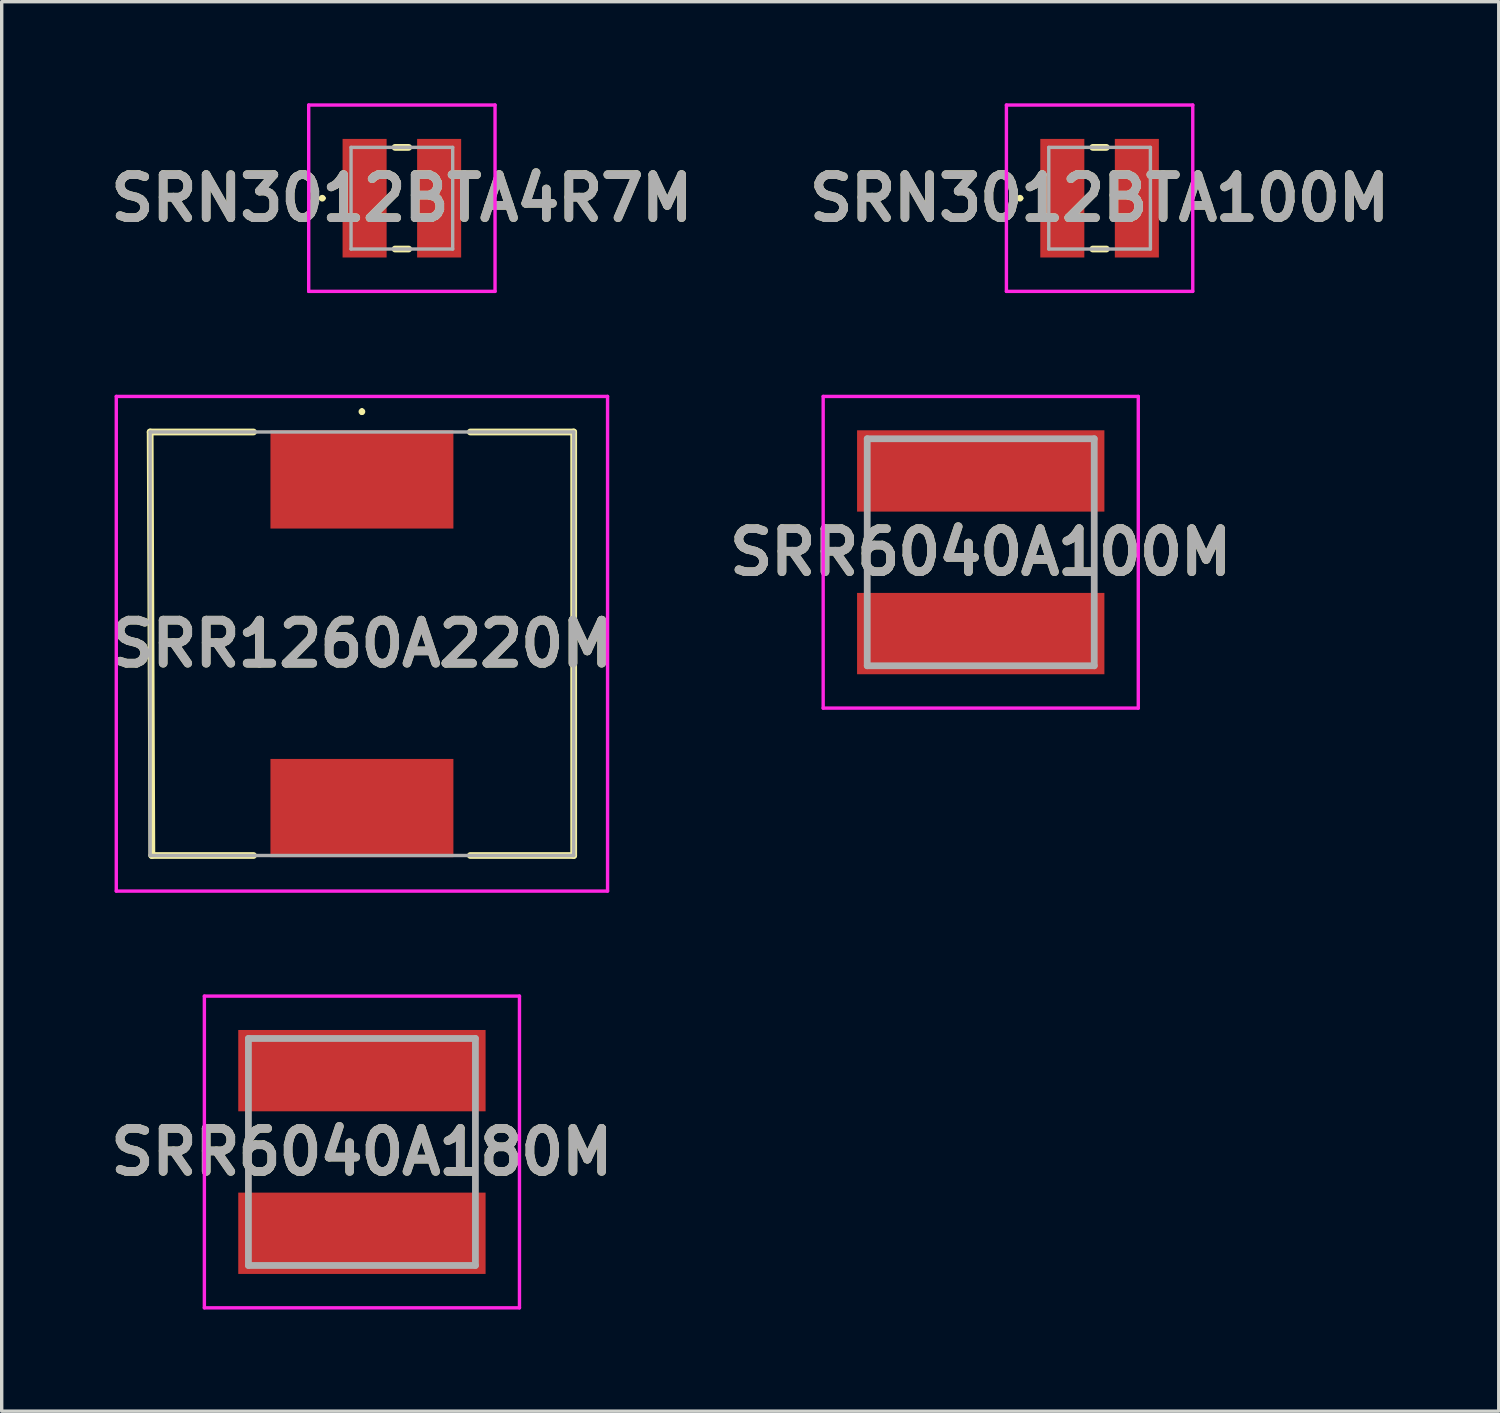
<source format=kicad_pcb>
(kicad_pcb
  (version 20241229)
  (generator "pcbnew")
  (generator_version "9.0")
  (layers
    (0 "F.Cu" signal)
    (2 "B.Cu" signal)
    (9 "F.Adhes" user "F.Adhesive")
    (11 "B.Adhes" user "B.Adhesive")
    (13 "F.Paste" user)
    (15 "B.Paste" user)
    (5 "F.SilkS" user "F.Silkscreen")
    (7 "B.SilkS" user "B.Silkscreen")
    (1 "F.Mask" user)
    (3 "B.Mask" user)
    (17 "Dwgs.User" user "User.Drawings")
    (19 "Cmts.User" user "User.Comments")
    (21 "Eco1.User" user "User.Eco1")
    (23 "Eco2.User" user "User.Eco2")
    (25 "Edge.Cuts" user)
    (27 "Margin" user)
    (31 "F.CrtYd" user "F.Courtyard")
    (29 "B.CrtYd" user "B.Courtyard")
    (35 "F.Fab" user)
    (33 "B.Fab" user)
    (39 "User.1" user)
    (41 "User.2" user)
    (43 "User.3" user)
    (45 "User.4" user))
  (footprint "SRN3012BTA100M"
    (layer "F.Cu")
    (at 29.404 2.8)
    (property "Reference" "SRN3012BTA100M" (at 0 0 0) (layer "F.SilkS") (effects (font (size 1.27 1.27) (thickness 0.254))))
    (attr smd)
    (fp_line (start -2.4 0) (end -2.4 0) (stroke (width 0.1) (type solid)) (layer "F.SilkS"))
    (fp_line (start -2.3 0) (end -2.3 0) (stroke (width 0.1) (type solid)) (layer "F.SilkS"))
    (fp_line (start -0.2 1.5) (end 0.2 1.5) (stroke (width 0.2) (type solid)) (layer "F.SilkS"))
    (fp_line (start 0.2 -1.5) (end -0.2 -1.5) (stroke (width 0.2) (type solid)) (layer "F.SilkS"))
    (fp_arc (start -2.4 0) (mid -2.35 -0.05) (end -2.3 0) (stroke (width 0.1) (type solid)) (layer "F.SilkS"))
    (fp_arc (start -2.3 0) (mid -2.35 0.05) (end -2.4 0) (stroke (width 0.1) (type solid)) (layer "F.SilkS"))
    (fp_line (start -2.75 -2.75) (end 2.75 -2.75) (stroke (width 0.1) (type solid)) (layer "F.CrtYd"))
    (fp_line (start -2.75 2.75) (end -2.75 -2.75) (stroke (width 0.1) (type solid)) (layer "F.CrtYd"))
    (fp_line (start 2.75 -2.75) (end 2.75 2.75) (stroke (width 0.1) (type solid)) (layer "F.CrtYd"))
    (fp_line (start 2.75 2.75) (end -2.75 2.75) (stroke (width 0.1) (type solid)) (layer "F.CrtYd"))
    (fp_line (start -1.5 -1.5) (end -1.5 1.5) (stroke (width 0.1) (type solid)) (layer "F.Fab"))
    (fp_line (start -1.5 1.5) (end 1.5 1.5) (stroke (width 0.1) (type solid)) (layer "F.Fab"))
    (fp_line (start 1.5 -1.5) (end -1.5 -1.5) (stroke (width 0.1) (type solid)) (layer "F.Fab"))
    (fp_line (start 1.5 1.5) (end 1.5 -1.5) (stroke (width 0.1) (type solid)) (layer "F.Fab"))
    (fp_text user "${REFERENCE}" (at 0 0 0) (layer "F.Fab") (effects (font (size 1.27 1.27) (thickness 0.254))))
    (pad "1" smd rect (at -1.1 0) (size 1.3 3.5) (layers "F.Cu" "F.Mask" "F.Paste"))
    (pad "2" smd rect (at 1.1 0) (size 1.3 3.5) (layers "F.Cu" "F.Mask" "F.Paste")))
  (footprint "SRN3012BTA4R7M"
    (layer "F.Cu")
    (at 8.811 2.8)
    (property "Reference" "SRN3012BTA4R7M" (at 0 0 0) (layer "F.SilkS") (effects (font (size 1.27 1.27) (thickness 0.254))))
    (attr smd)
    (fp_line (start -2.4 0) (end -2.4 0) (stroke (width 0.1) (type solid)) (layer "F.SilkS"))
    (fp_line (start -2.3 0) (end -2.3 0) (stroke (width 0.1) (type solid)) (layer "F.SilkS"))
    (fp_line (start -0.2 1.5) (end 0.2 1.5) (stroke (width 0.2) (type solid)) (layer "F.SilkS"))
    (fp_line (start 0.2 -1.5) (end -0.2 -1.5) (stroke (width 0.2) (type solid)) (layer "F.SilkS"))
    (fp_arc (start -2.4 0) (mid -2.35 -0.05) (end -2.3 0) (stroke (width 0.1) (type solid)) (layer "F.SilkS"))
    (fp_arc (start -2.3 0) (mid -2.35 0.05) (end -2.4 0) (stroke (width 0.1) (type solid)) (layer "F.SilkS"))
    (fp_line (start -2.75 -2.75) (end 2.75 -2.75) (stroke (width 0.1) (type solid)) (layer "F.CrtYd"))
    (fp_line (start -2.75 2.75) (end -2.75 -2.75) (stroke (width 0.1) (type solid)) (layer "F.CrtYd"))
    (fp_line (start 2.75 -2.75) (end 2.75 2.75) (stroke (width 0.1) (type solid)) (layer "F.CrtYd"))
    (fp_line (start 2.75 2.75) (end -2.75 2.75) (stroke (width 0.1) (type solid)) (layer "F.CrtYd"))
    (fp_line (start -1.5 -1.5) (end -1.5 1.5) (stroke (width 0.1) (type solid)) (layer "F.Fab"))
    (fp_line (start -1.5 1.5) (end 1.5 1.5) (stroke (width 0.1) (type solid)) (layer "F.Fab"))
    (fp_line (start 1.5 -1.5) (end -1.5 -1.5) (stroke (width 0.1) (type solid)) (layer "F.Fab"))
    (fp_line (start 1.5 1.5) (end 1.5 -1.5) (stroke (width 0.1) (type solid)) (layer "F.Fab"))
    (fp_text user "${REFERENCE}" (at 0 0 0) (layer "F.Fab") (effects (font (size 1.27 1.27) (thickness 0.254))))
    (pad "1" smd rect (at -1.1 0) (size 1.3 3.5) (layers "F.Cu" "F.Mask" "F.Paste"))
    (pad "2" smd rect (at 1.1 0) (size 1.3 3.5) (layers "F.Cu" "F.Mask" "F.Paste")))
  (footprint "SRR1260A220M"
    (layer "F.Cu")
    (at 7.632 15.95)
    (property "Reference" "SRR1260A220M" (at 0 0 0) (layer "F.SilkS") (effects (font (size 1.27 1.27) (thickness 0.254))))
    (attr smd)
    (fp_line (start -6.25 -6.25) (end -6.2 6.25) (stroke (width 0.2) (type solid)) (layer "F.SilkS"))
    (fp_line (start -6.2 6.25) (end -3.2 6.25) (stroke (width 0.2) (type solid)) (layer "F.SilkS"))
    (fp_line (start -3.2 -6.25) (end -6.25 -6.25) (stroke (width 0.2) (type solid)) (layer "F.SilkS"))
    (fp_line (start 0 -6.9) (end 0 -6.9) (stroke (width 0.1) (type solid)) (layer "F.SilkS"))
    (fp_line (start 0 -6.8) (end 0 -6.8) (stroke (width 0.1) (type solid)) (layer "F.SilkS"))
    (fp_line (start 3.2 6.25) (end 6.25 6.25) (stroke (width 0.2) (type solid)) (layer "F.SilkS"))
    (fp_line (start 6.25 -6.25) (end 3.2 -6.25) (stroke (width 0.2) (type solid)) (layer "F.SilkS"))
    (fp_line (start 6.25 6.25) (end 6.25 -6.25) (stroke (width 0.2) (type solid)) (layer "F.SilkS"))
    (fp_arc (start 0 -6.9) (mid 0.05 -6.85) (end 0 -6.8) (stroke (width 0.1) (type solid)) (layer "F.SilkS"))
    (fp_arc (start 0 -6.8) (mid -0.05 -6.85) (end 0 -6.9) (stroke (width 0.1) (type solid)) (layer "F.SilkS"))
    (fp_line (start -7.25 -7.3) (end 7.25 -7.3) (stroke (width 0.1) (type solid)) (layer "F.CrtYd"))
    (fp_line (start -7.25 7.3) (end -7.25 -7.3) (stroke (width 0.1) (type solid)) (layer "F.CrtYd"))
    (fp_line (start 7.25 -7.3) (end 7.25 7.3) (stroke (width 0.1) (type solid)) (layer "F.CrtYd"))
    (fp_line (start 7.25 7.3) (end -7.25 7.3) (stroke (width 0.1) (type solid)) (layer "F.CrtYd"))
    (fp_line (start -6.25 -6.25) (end -6.25 6.25) (stroke (width 0.1) (type solid)) (layer "F.Fab"))
    (fp_line (start -6.25 6.25) (end 6.25 6.25) (stroke (width 0.1) (type solid)) (layer "F.Fab"))
    (fp_line (start 6.25 -6.25) (end -6.25 -6.25) (stroke (width 0.1) (type solid)) (layer "F.Fab"))
    (fp_line (start 6.25 6.25) (end 6.25 -6.25) (stroke (width 0.1) (type solid)) (layer "F.Fab"))
    (fp_text user "${REFERENCE}" (at 0 0 0) (layer "F.Fab") (effects (font (size 1.27 1.27) (thickness 0.254))))
    (pad "1" smd rect (at 0 -4.85 90) (size 2.9 5.4) (layers "F.Cu" "F.Mask" "F.Paste"))
    (pad "2" smd rect (at 0 4.85 90) (size 2.9 5.4) (layers "F.Cu" "F.Mask" "F.Paste")))
  (footprint "SRR6040A180M"
    (layer "F.Cu")
    (at 7.632 30.95)
    (property "Reference" "SRR6040A180M" (at 0 0 0) (layer "F.SilkS") (effects (font (size 1.27 1.27) (thickness 0.254))))
    (attr smd)
    (fp_line (start -3.35 -0.8) (end -3.35 0.8) (stroke (width 0.1) (type solid)) (layer "F.SilkS"))
    (fp_line (start 3.35 -0.8) (end 3.35 1) (stroke (width 0.1) (type solid)) (layer "F.SilkS"))
    (fp_line (start -4.65 -4.6) (end 4.65 -4.6) (stroke (width 0.1) (type solid)) (layer "F.CrtYd"))
    (fp_line (start -4.65 4.6) (end -4.65 -4.6) (stroke (width 0.1) (type solid)) (layer "F.CrtYd"))
    (fp_line (start 4.65 -4.6) (end 4.65 4.6) (stroke (width 0.1) (type solid)) (layer "F.CrtYd"))
    (fp_line (start 4.65 4.6) (end -4.65 4.6) (stroke (width 0.1) (type solid)) (layer "F.CrtYd"))
    (fp_line (start -3.35 -3.35) (end 3.35 -3.35) (stroke (width 0.2) (type solid)) (layer "F.Fab"))
    (fp_line (start -3.35 3.35) (end -3.35 -3.35) (stroke (width 0.2) (type solid)) (layer "F.Fab"))
    (fp_line (start 3.35 -3.35) (end 3.35 3.35) (stroke (width 0.2) (type solid)) (layer "F.Fab"))
    (fp_line (start 3.35 3.35) (end -3.35 3.35) (stroke (width 0.2) (type solid)) (layer "F.Fab"))
    (fp_text user "${REFERENCE}" (at 0 0 0) (layer "F.Fab") (effects (font (size 1.27 1.27) (thickness 0.254))))
    (pad "1" smd rect (at 0 -2.4 90) (size 2.4 7.3) (layers "F.Cu" "F.Mask" "F.Paste"))
    (pad "2" smd rect (at 0 2.4 90) (size 2.4 7.3) (layers "F.Cu" "F.Mask" "F.Paste")))
  (footprint "SRR6040A100M"
    (layer "F.Cu")
    (at 25.896 13.25)
    (property "Reference" "SRR6040A100M" (at 0 0 0) (layer "F.SilkS") (effects (font (size 1.27 1.27) (thickness 0.254))))
    (attr smd)
    (fp_line (start -3.35 -0.75) (end -3.35 -0.75) (stroke (width 0.1) (type solid)) (layer "F.SilkS"))
    (fp_line (start -3.35 -0.75) (end -3.35 0.75) (stroke (width 0.1) (type solid)) (layer "F.SilkS"))
    (fp_line (start -3.35 0.75) (end -3.35 -0.75) (stroke (width 0.1) (type solid)) (layer "F.SilkS"))
    (fp_line (start -3.35 0.75) (end -3.35 0.75) (stroke (width 0.1) (type solid)) (layer "F.SilkS"))
    (fp_line (start 3.35 -0.75) (end 3.35 -0.75) (stroke (width 0.1) (type solid)) (layer "F.SilkS"))
    (fp_line (start 3.35 -0.75) (end 3.35 0.75) (stroke (width 0.1) (type solid)) (layer "F.SilkS"))
    (fp_line (start 3.35 0.75) (end 3.35 -0.75) (stroke (width 0.1) (type solid)) (layer "F.SilkS"))
    (fp_line (start 3.35 0.75) (end 3.35 0.75) (stroke (width 0.1) (type solid)) (layer "F.SilkS"))
    (fp_line (start -4.65 -4.6) (end 4.65 -4.6) (stroke (width 0.1) (type solid)) (layer "F.CrtYd"))
    (fp_line (start -4.65 4.6) (end -4.65 -4.6) (stroke (width 0.1) (type solid)) (layer "F.CrtYd"))
    (fp_line (start 4.65 -4.6) (end 4.65 4.6) (stroke (width 0.1) (type solid)) (layer "F.CrtYd"))
    (fp_line (start 4.65 4.6) (end -4.65 4.6) (stroke (width 0.1) (type solid)) (layer "F.CrtYd"))
    (fp_line (start -3.35 -3.35) (end -3.35 3.35) (stroke (width 0.2) (type solid)) (layer "F.Fab"))
    (fp_line (start -3.35 3.35) (end 3.35 3.35) (stroke (width 0.2) (type solid)) (layer "F.Fab"))
    (fp_line (start 3.35 -3.35) (end -3.35 -3.35) (stroke (width 0.2) (type solid)) (layer "F.Fab"))
    (fp_line (start 3.35 3.35) (end 3.35 -3.35) (stroke (width 0.2) (type solid)) (layer "F.Fab"))
    (fp_text user "${REFERENCE}" (at 0 0 0) (layer "F.Fab") (effects (font (size 1.27 1.27) (thickness 0.254))))
    (pad "1" smd rect (at 0 -2.4 90) (size 2.4 7.3) (layers "F.Cu" "F.Mask" "F.Paste"))
    (pad "2" smd rect (at 0 2.4 90) (size 2.4 7.3) (layers "F.Cu" "F.Mask" "F.Paste")))
  (gr_rect
    (start -3 -3)
    (end 41.185 38.6)
    (stroke (width 0.1) (type default))
    (fill no)
    (layer "Edge.Cuts")))
</source>
